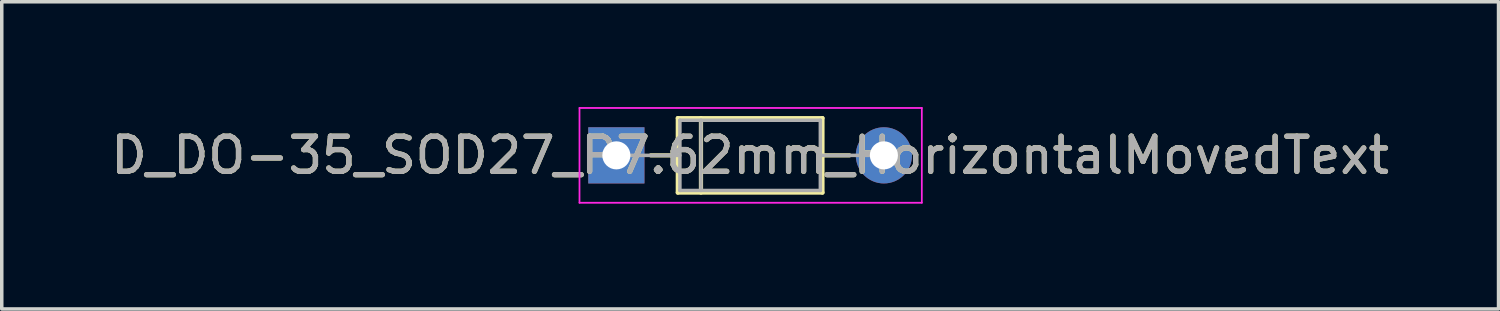
<source format=kicad_pcb>
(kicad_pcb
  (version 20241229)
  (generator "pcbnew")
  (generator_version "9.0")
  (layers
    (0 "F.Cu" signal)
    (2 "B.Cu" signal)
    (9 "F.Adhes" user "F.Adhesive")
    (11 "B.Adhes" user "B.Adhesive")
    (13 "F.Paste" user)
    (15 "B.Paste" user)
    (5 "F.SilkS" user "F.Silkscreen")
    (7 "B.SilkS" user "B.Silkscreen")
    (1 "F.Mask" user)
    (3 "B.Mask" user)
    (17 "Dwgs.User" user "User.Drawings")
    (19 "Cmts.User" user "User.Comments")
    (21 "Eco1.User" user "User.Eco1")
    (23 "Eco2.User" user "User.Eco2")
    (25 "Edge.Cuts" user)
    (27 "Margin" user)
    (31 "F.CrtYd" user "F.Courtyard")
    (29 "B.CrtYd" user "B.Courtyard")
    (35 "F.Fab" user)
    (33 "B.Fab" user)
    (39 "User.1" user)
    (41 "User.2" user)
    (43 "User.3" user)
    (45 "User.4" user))
  (footprint "D_DO-35_SOD27_P7.62mm_HorizontalMovedText"
    (layer "F.Cu")
    (at 14.505 1.375)
    (property "Reference" "D_DO-35_SOD27_P7.62mm_HorizontalMovedText" (at 3.81 0 0) (layer "F.SilkS") (effects (font (size 1 1) (thickness 0.15))))
    (attr through_hole)
    (fp_line (start 0.98 0) (end 1.75 0) (stroke (width 0.12) (type solid)) (layer "F.SilkS"))
    (fp_line (start 1.75 -1.06) (end 1.75 1.06) (stroke (width 0.12) (type solid)) (layer "F.SilkS"))
    (fp_line (start 1.75 1.06) (end 5.87 1.06) (stroke (width 0.12) (type solid)) (layer "F.SilkS"))
    (fp_line (start 2.41 -1.06) (end 2.41 1.06) (stroke (width 0.12) (type solid)) (layer "F.SilkS"))
    (fp_line (start 5.87 -1.06) (end 1.75 -1.06) (stroke (width 0.12) (type solid)) (layer "F.SilkS"))
    (fp_line (start 5.87 1.06) (end 5.87 -1.06) (stroke (width 0.12) (type solid)) (layer "F.SilkS"))
    (fp_line (start 6.64 0) (end 5.87 0) (stroke (width 0.12) (type solid)) (layer "F.SilkS"))
    (fp_line (start -1.05 -1.35) (end -1.05 1.35) (stroke (width 0.05) (type solid)) (layer "F.CrtYd"))
    (fp_line (start -1.05 1.35) (end 8.7 1.35) (stroke (width 0.05) (type solid)) (layer "F.CrtYd"))
    (fp_line (start 8.7 -1.35) (end -1.05 -1.35) (stroke (width 0.05) (type solid)) (layer "F.CrtYd"))
    (fp_line (start 8.7 1.35) (end 8.7 -1.35) (stroke (width 0.05) (type solid)) (layer "F.CrtYd"))
    (fp_line (start 0 0) (end 1.81 0) (stroke (width 0.1) (type solid)) (layer "F.Fab"))
    (fp_line (start 1.81 -1) (end 1.81 1) (stroke (width 0.1) (type solid)) (layer "F.Fab"))
    (fp_line (start 1.81 1) (end 5.81 1) (stroke (width 0.1) (type solid)) (layer "F.Fab"))
    (fp_line (start 2.41 -1) (end 2.41 1) (stroke (width 0.1) (type solid)) (layer "F.Fab"))
    (fp_line (start 5.81 -1) (end 1.81 -1) (stroke (width 0.1) (type solid)) (layer "F.Fab"))
    (fp_line (start 5.81 1) (end 5.81 -1) (stroke (width 0.1) (type solid)) (layer "F.Fab"))
    (fp_line (start 7.62 0) (end 5.81 0) (stroke (width 0.1) (type solid)) (layer "F.Fab"))
    (fp_text user "${REFERENCE}" (at 3.81 0 0) (layer "F.Fab") (effects (font (size 1 1) (thickness 0.15))))
    (pad "1" thru_hole rect (at 0 0) (size 1.6 1.6) (drill 0.8) (layers "*.Cu" "*.Mask"))
    (pad "2" thru_hole oval (at 7.62 0) (size 1.6 1.6) (drill 0.8) (layers "*.Cu" "*.Mask")))
  (gr_rect
    (start -3 -3)
    (end 39.631 5.75)
    (stroke (width 0.1) (type default))
    (fill no)
    (layer "Edge.Cuts")))
</source>
